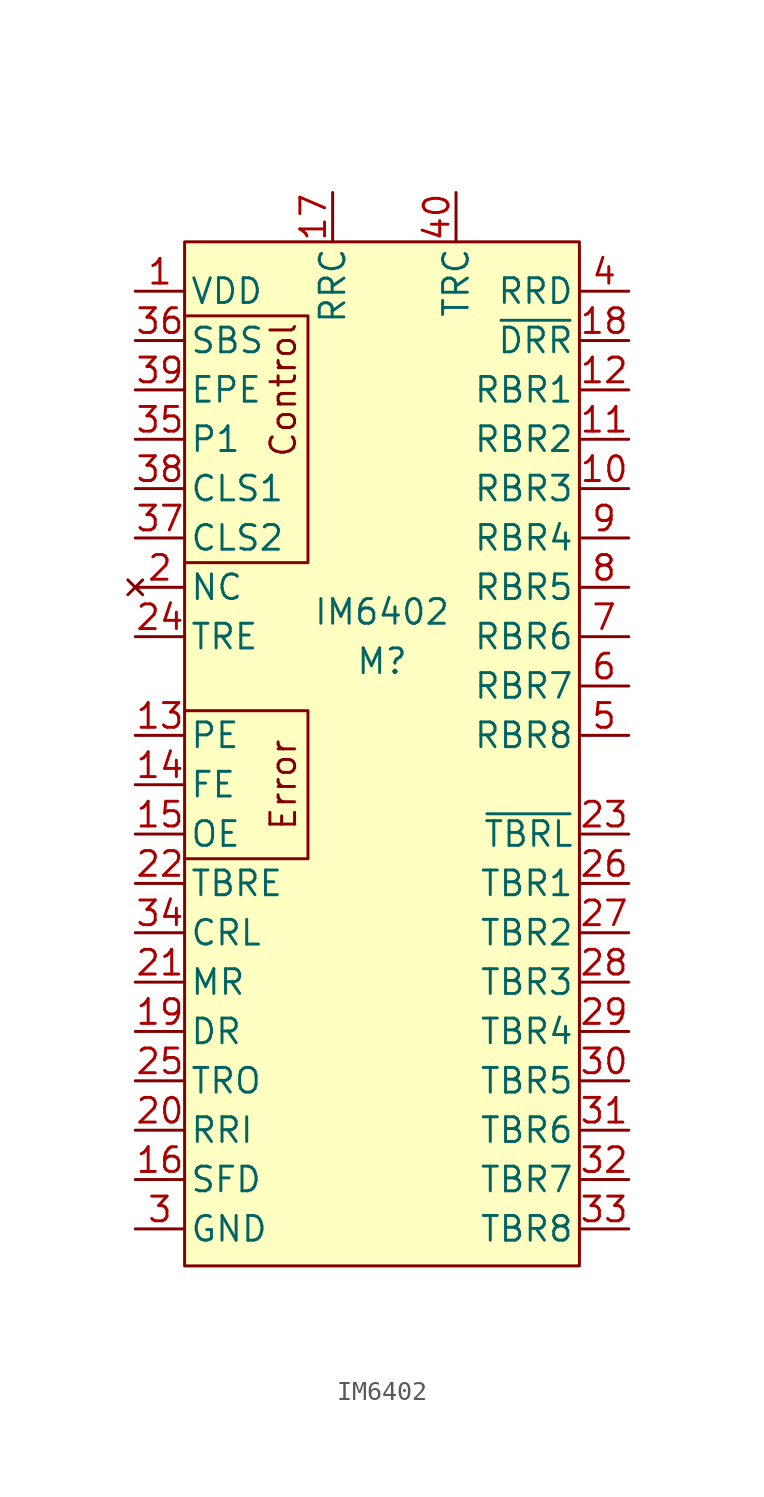
<source format=kicad_sym>
(kicad_symbol_lib
  (version 20211014)
  (generator kicad_symbol_editor)
  (symbol "IM6402"
    (pin_names
      (offset 0.254))
    (property "Reference" "M"
      (at 0 5.08 0)
      (effects (font (size 1.27 1.27))))
    (property "Value" "IM6402"
      (at 0 7.62 0)
      (effects (font (size 1.27 1.27))))
    (symbol "IM6402_0_0"
      (polyline (pts (xy -10.16 2.54) (xy -3.81 2.54) (xy -3.81 -5.08) (xy -10.16 -5.08)) (stroke (width 0) (type default) (color 0 0 0 0)) (fill (type none)))
      (polyline (pts (xy -10.16 22.86) (xy -3.81 22.86) (xy -3.81 10.16) (xy -10.16 10.16)) (stroke (width 0) (type default) (color 0 0 0 0)) (fill (type none)))
      (text "Control" (at -5.08 19.05 900) (effects (font (size 1.27 1.27))))
      (text "Error" (at -5.08 -1.27 900) (effects (font (size 1.27 1.27))))
      (pin output line (at 12.7 13.97 180) (length 2.54) (name "RBR3" (effects (font (size 1.27 1.27)))) (number "10" (effects (font (size 1.27 1.27)))))
      (pin output line (at 12.7 16.51 180) (length 2.54) (name "RBR2" (effects (font (size 1.27 1.27)))) (number "11" (effects (font (size 1.27 1.27)))))
      (pin bidirectional line (at 12.7 19.05 180) (length 2.54) (name "RBR1" (effects (font (size 1.27 1.27)))) (number "12" (effects (font (size 1.27 1.27)))))
      (pin output line (at -12.7 1.27 0) (length 2.54) (name "PE" (effects (font (size 1.27 1.27)))) (number "13" (effects (font (size 1.27 1.27)))))
      (pin output line (at -12.7 -3.81 0) (length 2.54) (name "OE" (effects (font (size 1.27 1.27)))) (number "15" (effects (font (size 1.27 1.27)))))
      (pin input line (at -12.7 -21.59 0) (length 2.54) (name "SFD" (effects (font (size 1.27 1.27)))) (number "16" (effects (font (size 1.27 1.27)))))
      (pin input line (at 12.7 21.59 180) (length 2.54) (name "~{DRR}" (effects (font (size 1.27 1.27)))) (number "18" (effects (font (size 1.27 1.27)))))
      (pin output line (at -12.7 -13.97 0) (length 2.54) (name "DR" (effects (font (size 1.27 1.27)))) (number "19" (effects (font (size 1.27 1.27)))))
      (pin no_connect line (at -12.7 8.89 0) (length 2.54) (name "NC" (effects (font (size 1.27 1.27)))) (number "2" (effects (font (size 1.27 1.27)))))
      (pin input line (at -12.7 -19.05 0) (length 2.54) (name "RRI" (effects (font (size 1.27 1.27)))) (number "20" (effects (font (size 1.27 1.27)))))
      (pin input line (at -12.7 -11.43 0) (length 2.54) (name "MR" (effects (font (size 1.27 1.27)))) (number "21" (effects (font (size 1.27 1.27)))))
      (pin output line (at -12.7 -6.35 0) (length 2.54) (name "TBRE" (effects (font (size 1.27 1.27)))) (number "22" (effects (font (size 1.27 1.27)))))
      (pin bidirectional line (at 12.7 -3.81 180) (length 2.54) (name "~{TBRL}" (effects (font (size 1.27 1.27)))) (number "23" (effects (font (size 1.27 1.27)))))
      (pin output line (at -12.7 6.35 0) (length 2.54) (name "TRE" (effects (font (size 1.27 1.27)))) (number "24" (effects (font (size 1.27 1.27)))))
      (pin output line (at -12.7 -16.51 0) (length 2.54) (name "TRO" (effects (font (size 1.27 1.27)))) (number "25" (effects (font (size 1.27 1.27)))))
      (pin bidirectional line (at 12.7 -6.35 180) (length 2.54) (name "TBR1" (effects (font (size 1.27 1.27)))) (number "26" (effects (font (size 1.27 1.27)))))
      (pin bidirectional line (at 12.7 -8.89 180) (length 2.54) (name "TBR2" (effects (font (size 1.27 1.27)))) (number "27" (effects (font (size 1.27 1.27)))))
      (pin bidirectional line (at 12.7 -11.43 180) (length 2.54) (name "TBR3" (effects (font (size 1.27 1.27)))) (number "28" (effects (font (size 1.27 1.27)))))
      (pin bidirectional line (at 12.7 -13.97 180) (length 2.54) (name "TBR4" (effects (font (size 1.27 1.27)))) (number "29" (effects (font (size 1.27 1.27)))))
      (pin bidirectional line (at 12.7 -16.51 180) (length 2.54) (name "TBR5" (effects (font (size 1.27 1.27)))) (number "30" (effects (font (size 1.27 1.27)))))
      (pin bidirectional line (at 12.7 -19.05 180) (length 2.54) (name "TBR6" (effects (font (size 1.27 1.27)))) (number "31" (effects (font (size 1.27 1.27)))))
      (pin bidirectional line (at 12.7 -21.59 180) (length 2.54) (name "TBR7" (effects (font (size 1.27 1.27)))) (number "32" (effects (font (size 1.27 1.27)))))
      (pin bidirectional line (at 12.7 -24.13 180) (length 2.54) (name "TBR8" (effects (font (size 1.27 1.27)))) (number "33" (effects (font (size 1.27 1.27)))))
      (pin input line (at -12.7 -8.89 0) (length 2.54) (name "CRL" (effects (font (size 1.27 1.27)))) (number "34" (effects (font (size 1.27 1.27)))))
      (pin input line (at -12.7 16.51 0) (length 2.54) (name "P1" (effects (font (size 1.27 1.27)))) (number "35" (effects (font (size 1.27 1.27)))))
      (pin input line (at -12.7 21.59 0) (length 2.54) (name "SBS" (effects (font (size 1.27 1.27)))) (number "36" (effects (font (size 1.27 1.27)))))
      (pin input line (at -12.7 11.43 0) (length 2.54) (name "CLS2" (effects (font (size 1.27 1.27)))) (number "37" (effects (font (size 1.27 1.27)))))
      (pin input line (at -12.7 13.97 0) (length 2.54) (name "CLS1" (effects (font (size 1.27 1.27)))) (number "38" (effects (font (size 1.27 1.27)))))
      (pin input line (at -12.7 19.05 0) (length 2.54) (name "EPE" (effects (font (size 1.27 1.27)))) (number "39" (effects (font (size 1.27 1.27)))))
      (pin bidirectional line (at 12.7 1.27 180) (length 2.54) (name "RBR8" (effects (font (size 1.27 1.27)))) (number "5" (effects (font (size 1.27 1.27)))))
      (pin bidirectional line (at 12.7 3.81 180) (length 2.54) (name "RBR7" (effects (font (size 1.27 1.27)))) (number "6" (effects (font (size 1.27 1.27)))))
      (pin output line (at 12.7 6.35 180) (length 2.54) (name "RBR6" (effects (font (size 1.27 1.27)))) (number "7" (effects (font (size 1.27 1.27)))))
      (pin output line (at 12.7 8.89 180) (length 2.54) (name "RBR5" (effects (font (size 1.27 1.27)))) (number "8" (effects (font (size 1.27 1.27)))))
      (pin output line (at 12.7 11.43 180) (length 2.54) (name "RBR4" (effects (font (size 1.27 1.27)))) (number "9" (effects (font (size 1.27 1.27))))))
    (symbol "IM6402_0_1"
      (rectangle (start -10.16 26.67) (end 10.16 -26.035) (stroke (width 0) (type default) (color 0 0 0 0)) (fill (type background))))
    (symbol "IM6402_1_1"
      (pin power_in line (at -12.7 24.13 0) (length 2.54) (name "VDD" (effects (font (size 1.27 1.27)))) (number "1" (effects (font (size 1.27 1.27)))))
      (pin output line (at -12.7 -1.27 0) (length 2.54) (name "FE" (effects (font (size 1.27 1.27)))) (number "14" (effects (font (size 1.27 1.27)))))
      (pin input line (at -2.54 29.21 270) (length 2.54) (name "RRC" (effects (font (size 1.27 1.27)))) (number "17" (effects (font (size 1.27 1.27)))))
      (pin power_in line (at -12.7 -24.13 0) (length 2.54) (name "GND" (effects (font (size 1.27 1.27)))) (number "3" (effects (font (size 1.27 1.27)))))
      (pin input line (at 12.7 24.13 180) (length 2.54) (name "RRD" (effects (font (size 1.27 1.27)))) (number "4" (effects (font (size 1.27 1.27)))))
      (pin input line (at 3.81 29.21 270) (length 2.54) (name "TRC" (effects (font (size 1.27 1.27)))) (number "40" (effects (font (size 1.27 1.27))))))))
</source>
